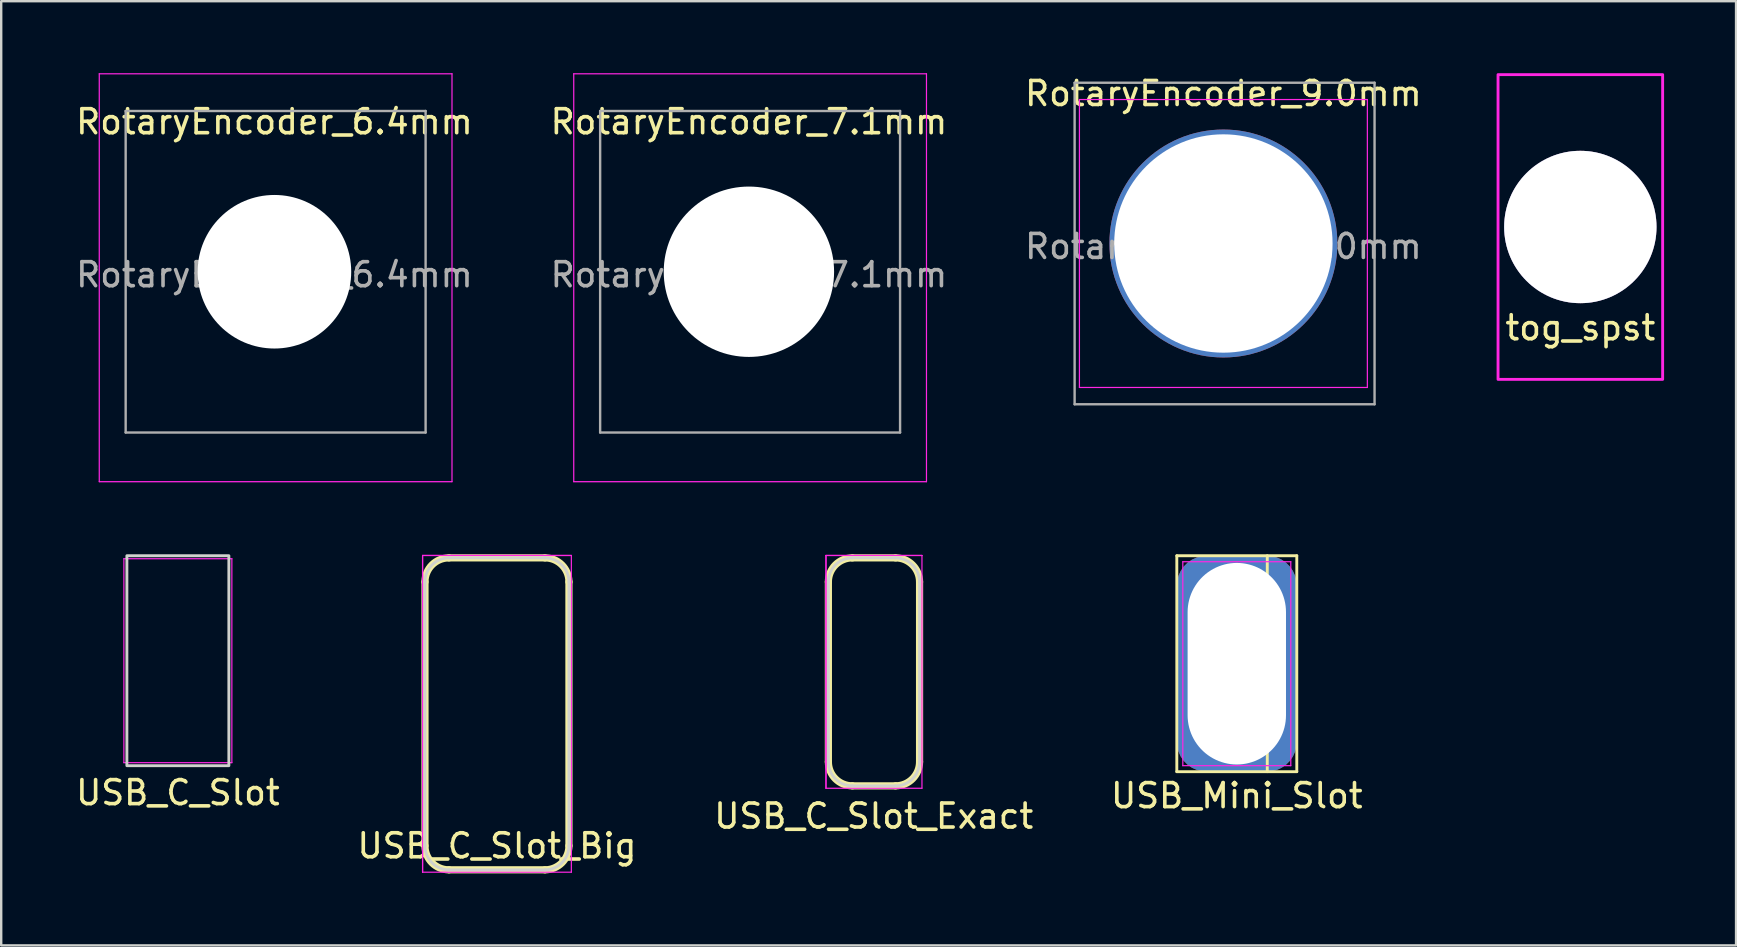
<source format=kicad_pcb>
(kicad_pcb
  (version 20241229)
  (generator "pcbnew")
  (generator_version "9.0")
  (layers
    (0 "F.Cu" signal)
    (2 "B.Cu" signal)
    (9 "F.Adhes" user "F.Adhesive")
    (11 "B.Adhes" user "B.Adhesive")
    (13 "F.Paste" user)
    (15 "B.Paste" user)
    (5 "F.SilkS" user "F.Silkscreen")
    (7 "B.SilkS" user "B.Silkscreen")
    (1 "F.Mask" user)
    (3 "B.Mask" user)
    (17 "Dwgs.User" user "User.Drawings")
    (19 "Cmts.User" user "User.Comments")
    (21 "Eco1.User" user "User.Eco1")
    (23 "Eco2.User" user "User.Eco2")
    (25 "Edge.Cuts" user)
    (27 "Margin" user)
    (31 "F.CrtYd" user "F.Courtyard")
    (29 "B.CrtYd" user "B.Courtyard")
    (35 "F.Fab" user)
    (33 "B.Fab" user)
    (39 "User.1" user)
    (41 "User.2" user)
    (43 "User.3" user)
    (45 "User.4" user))
  (footprint "RotaryEncoder_6.4mm"
    (layer "F.Cu")
    (at 2.737 8.275)
    (property "Reference" "RotaryEncoder_6.4mm" (at 5.65 -6.25 0) (layer "F.SilkS") (effects (font (size 1 1) (thickness 0.15))))
    (attr exclude_from_pos_files exclude_from_bom)
    (fp_line (start -1.65 -8.25) (end 13.05 -8.25) (stroke (width 0.05) (type solid)) (layer "F.CrtYd"))
    (fp_line (start -1.65 8.75) (end -1.65 -8.25) (stroke (width 0.05) (type solid)) (layer "F.CrtYd"))
    (fp_line (start 13.05 -8.25) (end 13.05 8.75) (stroke (width 0.05) (type solid)) (layer "F.CrtYd"))
    (fp_line (start 13.05 8.75) (end -1.65 8.75) (stroke (width 0.05) (type solid)) (layer "F.CrtYd"))
    (fp_line (start -0.55 -6.7) (end -0.55 6.7) (stroke (width 0.1) (type solid)) (layer "F.Fab"))
    (fp_line (start -0.55 -6.7) (end 11.95 -6.7) (stroke (width 0.1) (type solid)) (layer "F.Fab"))
    (fp_line (start -0.55 6.7) (end 11.95 6.7) (stroke (width 0.1) (type solid)) (layer "F.Fab"))
    (fp_line (start 11.95 -6.7) (end 11.95 6.7) (stroke (width 0.1) (type solid)) (layer "F.Fab"))
    (fp_text user "${REFERENCE}" (at 5.65 0.125 0) (layer "F.Fab") (effects (font (size 1 1) (thickness 0.15))))
    (pad "" np_thru_hole circle (at 5.65 0) (size 6.4 6.4) (drill 6.4) (layers "*.Cu" "*.Mask")))
  (footprint "RotaryEncoder_7.1mm"
    (layer "F.Cu")
    (at 22.511 8.275)
    (property "Reference" "RotaryEncoder_7.1mm" (at 5.65 -6.25 0) (layer "F.SilkS") (effects (font (size 1 1) (thickness 0.15))))
    (attr exclude_from_pos_files exclude_from_bom)
    (fp_line (start -1.65 -8.25) (end 13.05 -8.25) (stroke (width 0.05) (type solid)) (layer "F.CrtYd"))
    (fp_line (start -1.65 8.75) (end -1.65 -8.25) (stroke (width 0.05) (type solid)) (layer "F.CrtYd"))
    (fp_line (start 13.05 -8.25) (end 13.05 8.75) (stroke (width 0.05) (type solid)) (layer "F.CrtYd"))
    (fp_line (start 13.05 8.75) (end -1.65 8.75) (stroke (width 0.05) (type solid)) (layer "F.CrtYd"))
    (fp_line (start -0.55 -6.7) (end -0.55 6.7) (stroke (width 0.1) (type solid)) (layer "F.Fab"))
    (fp_line (start -0.55 -6.7) (end 11.95 -6.7) (stroke (width 0.1) (type solid)) (layer "F.Fab"))
    (fp_line (start -0.55 6.7) (end 11.95 6.7) (stroke (width 0.1) (type solid)) (layer "F.Fab"))
    (fp_line (start 11.95 -6.7) (end 11.95 6.7) (stroke (width 0.1) (type solid)) (layer "F.Fab"))
    (fp_text user "${REFERENCE}" (at 5.65 0.125 0) (layer "F.Fab") (effects (font (size 1 1) (thickness 0.15))))
    (pad "" np_thru_hole circle (at 5.65 0) (size 7.1 7.1) (drill 7.1) (layers "*.Cu" "*.Mask")))
  (footprint "RotaryEncoder_9.0mm"
    (layer "F.Cu")
    (at 47.935 7.098)
    (property "Reference" "RotaryEncoder_9.0mm" (at 0 -6.25 0) (layer "F.SilkS") (effects (font (size 1 1) (thickness 0.15))))
    (attr exclude_from_pos_files exclude_from_bom)
    (fp_line (start -6 -6) (end 6 -6) (stroke (width 0.05) (type solid)) (layer "F.CrtYd"))
    (fp_line (start -6 6) (end -6 -6) (stroke (width 0.05) (type solid)) (layer "F.CrtYd"))
    (fp_line (start 6 -6) (end 6 6) (stroke (width 0.05) (type solid)) (layer "F.CrtYd"))
    (fp_line (start 6 6) (end -6 6) (stroke (width 0.05) (type solid)) (layer "F.CrtYd"))
    (fp_line (start -6.2 -6.7) (end -6.2 6.7) (stroke (width 0.1) (type solid)) (layer "F.Fab"))
    (fp_line (start -6.2 -6.7) (end 6.3 -6.7) (stroke (width 0.1) (type solid)) (layer "F.Fab"))
    (fp_line (start -6.2 6.7) (end 6.3 6.7) (stroke (width 0.1) (type solid)) (layer "F.Fab"))
    (fp_line (start 6.3 -6.7) (end 6.3 6.7) (stroke (width 0.1) (type solid)) (layer "F.Fab"))
    (fp_text user "${REFERENCE}" (at 0 0.125 0) (layer "F.Fab") (effects (font (size 1 1) (thickness 0.15))))
    (pad "" np_thru_hole circle (at 0 0) (size 9.5 9.5) (drill 9.1) (layers "*.Cu" "*.Mask")))
  (footprint "USB_C_Slot"
    (layer "F.Cu")
    (at 4.363 24.485)
    (property "Reference" "USB_C_Slot" (at 0 5.5 0) (layer "F.SilkS") (effects (font (size 1 1) (thickness 0.15))))
    (attr through_hole)
    (fp_rect (start -2.125 -4.375) (end 2.125 4.375) (stroke (width 0.12) (type default)) (fill no) (layer "Edge.Cuts"))
    (fp_line (start -2.25 -4.25) (end 2.25 -4.25) (stroke (width 0.05) (type solid)) (layer "F.CrtYd"))
    (fp_line (start -2.25 4.25) (end -2.25 -4.25) (stroke (width 0.05) (type solid)) (layer "F.CrtYd"))
    (fp_line (start 2.25 -4.25) (end 2.25 4.25) (stroke (width 0.05) (type solid)) (layer "F.CrtYd"))
    (fp_line (start 2.25 4.25) (end -2.25 4.25) (stroke (width 0.05) (type solid)) (layer "F.CrtYd")))
  (footprint "USB_C_Slot_Big"
    (layer "F.Cu")
    (at 17.661 26.7)
    (property "Reference" "USB_C_Slot_Big" (at 0 5.5 0) (layer "F.SilkS") (effects (font (size 1 1) (thickness 0.15))))
    (attr through_hole)
    (fp_line (start -3 -5.5) (end -3 5.5) (stroke (width 0.3) (type default)) (layer "F.SilkS"))
    (fp_line (start -2 6.5) (end 2 6.5) (stroke (width 0.3) (type default)) (layer "F.SilkS"))
    (fp_line (start 2 -6.5) (end -2 -6.5) (stroke (width 0.3) (type default)) (layer "F.SilkS"))
    (fp_line (start 3 5.5) (end 3 -5.5) (stroke (width 0.3) (type default)) (layer "F.SilkS"))
    (fp_arc (start -3 -5.5) (mid -2.707106 -6.207106) (end -2 -6.5) (stroke (width 0.3) (type default)) (layer "F.SilkS"))
    (fp_arc (start -2 6.5) (mid -2.707106 6.207106) (end -3 5.5) (stroke (width 0.3) (type default)) (layer "F.SilkS"))
    (fp_arc (start 2 -6.5) (mid 2.707106 -6.207106) (end 3 -5.5) (stroke (width 0.3) (type default)) (layer "F.SilkS"))
    (fp_arc (start 3 5.5) (mid 2.707106 6.207106) (end 2 6.5) (stroke (width 0.3) (type default)) (layer "F.SilkS"))
    (fp_line (start -3 -5.5) (end -3 5.5) (stroke (width 0.12) (type default)) (layer "Edge.Cuts"))
    (fp_line (start -2 6.5) (end 2 6.5) (stroke (width 0.12) (type default)) (layer "Edge.Cuts"))
    (fp_line (start 2 -6.5) (end -2 -6.5) (stroke (width 0.12) (type default)) (layer "Edge.Cuts"))
    (fp_line (start 3 5.5) (end 3 -5.5) (stroke (width 0.12) (type default)) (layer "Edge.Cuts"))
    (fp_arc (start -3 -5.5) (mid -2.707106 -6.207106) (end -2 -6.5) (stroke (width 0.12) (type default)) (layer "Edge.Cuts"))
    (fp_arc (start -2 6.5) (mid -2.707106 6.207106) (end -3 5.5) (stroke (width 0.12) (type default)) (layer "Edge.Cuts"))
    (fp_arc (start 2 -6.5) (mid 2.707106 -6.207106) (end 3 -5.5) (stroke (width 0.12) (type default)) (layer "Edge.Cuts"))
    (fp_arc (start 3 5.5) (mid 2.707106 6.207106) (end 2 6.5) (stroke (width 0.12) (type default)) (layer "Edge.Cuts"))
    (fp_line (start -3.1 -6.6) (end 3.1 -6.6) (stroke (width 0.05) (type solid)) (layer "F.CrtYd"))
    (fp_line (start -3.1 -6.6) (end 3.1 -6.6) (stroke (width 0.05) (type solid)) (layer "F.CrtYd"))
    (fp_line (start -3.1 6.6) (end -3.1 -6.6) (stroke (width 0.05) (type solid)) (layer "F.CrtYd"))
    (fp_line (start -3.1 6.6) (end -3.1 -6.6) (stroke (width 0.05) (type solid)) (layer "F.CrtYd"))
    (fp_line (start 3.1 -6.6) (end 3.1 6.6) (stroke (width 0.05) (type solid)) (layer "F.CrtYd"))
    (fp_line (start 3.1 6.6) (end -3.1 6.6) (stroke (width 0.05) (type solid)) (layer "F.CrtYd")))
  (footprint "tog_spst"
    (layer "F.Cu")
    (at 62.811 11.11)
    (property "Reference" "tog_spst" (at 0 -0.5 0) (unlocked yes) (layer "F.SilkS") (effects (font (size 1 1) (thickness 0.15))))
    (attr through_hole)
    (fp_rect (start -3.43 -11.05) (end 3.43 1.65) (stroke (width 0.12) (type solid)) (fill no) (layer "F.CrtYd"))
    (pad "1" thru_hole circle (at 0 -4.7) (size 6.35 6.35) (drill 6.35) (layers "*.Cu" "*.Mask")))
  (footprint "USB_Mini_Slot"
    (layer "F.Cu")
    (at 48.494 24.61)
    (property "Reference" "USB_Mini_Slot" (at 0 5.5 0) (layer "F.SilkS") (effects (font (size 1 1) (thickness 0.15))))
    (attr through_hole)
    (fp_line (start -2.5 -4.5) (end 2.5 -4.5) (stroke (width 0.12) (type solid)) (layer "F.SilkS"))
    (fp_line (start -2.5 4.5) (end -2.5 -4.5) (stroke (width 0.12) (type solid)) (layer "F.SilkS"))
    (fp_line (start 1.27 -4.5) (end 1.27 4.5) (stroke (width 0.12) (type solid)) (layer "F.SilkS"))
    (fp_line (start 2.5 -4.5) (end 2.5 4.5) (stroke (width 0.12) (type solid)) (layer "F.SilkS"))
    (fp_line (start 2.5 4.5) (end -2.5 4.5) (stroke (width 0.12) (type solid)) (layer "F.SilkS"))
    (fp_line (start -2.25 -4.25) (end 2.25 -4.25) (stroke (width 0.05) (type solid)) (layer "F.CrtYd"))
    (fp_line (start -2.25 4.25) (end -2.25 -4.25) (stroke (width 0.05) (type solid)) (layer "F.CrtYd"))
    (fp_line (start 2.25 -4.25) (end 2.25 4.25) (stroke (width 0.05) (type solid)) (layer "F.CrtYd"))
    (fp_line (start 2.25 4.25) (end -2.25 4.25) (stroke (width 0.05) (type solid)) (layer "F.CrtYd"))
    (pad "1" thru_hole roundrect (at 0 0) (size 5 9) (drill oval 4.1 8.4) (layers "B.Cu" "B.Mask") (roundrect_rratio 0.25)))
  (footprint "USB_C_Slot_Exact"
    (layer "F.Cu")
    (at 33.373 24.95)
    (property "Reference" "USB_C_Slot_Exact" (at -0.01 6.01 0) (layer "F.SilkS") (effects (font (size 1 1) (thickness 0.15))))
    (attr through_hole)
    (fp_line (start -1.9 -3.75) (end -1.9 3.75) (stroke (width 0.3) (type default)) (layer "F.SilkS"))
    (fp_line (start -0.9 4.75) (end 0.9 4.75) (stroke (width 0.3) (type default)) (layer "F.SilkS"))
    (fp_line (start 0.9 -4.75) (end -0.9 -4.75) (stroke (width 0.3) (type default)) (layer "F.SilkS"))
    (fp_line (start 1.9 3.75) (end 1.9 -3.75) (stroke (width 0.3) (type default)) (layer "F.SilkS"))
    (fp_arc (start -1.9 -3.75) (mid -1.607106 -4.457106) (end -0.9 -4.75) (stroke (width 0.3) (type default)) (layer "F.SilkS"))
    (fp_arc (start -0.9 4.75) (mid -1.607106 4.457106) (end -1.9 3.75) (stroke (width 0.3) (type default)) (layer "F.SilkS"))
    (fp_arc (start 0.9 -4.75) (mid 1.607107 -4.457107) (end 1.9 -3.75) (stroke (width 0.3) (type default)) (layer "F.SilkS"))
    (fp_arc (start 1.9 3.75) (mid 1.607107 4.457107) (end 0.9 4.75) (stroke (width 0.3) (type default)) (layer "F.SilkS"))
    (fp_line (start -1.9 -3.75) (end -1.9 3.75) (stroke (width 0.12) (type default)) (layer "Edge.Cuts"))
    (fp_line (start -0.9 4.75) (end 0.9 4.75) (stroke (width 0.12) (type default)) (layer "Edge.Cuts"))
    (fp_line (start 0.9 -4.75) (end -0.9 -4.75) (stroke (width 0.12) (type default)) (layer "Edge.Cuts"))
    (fp_line (start 1.9 3.75) (end 1.9 -3.75) (stroke (width 0.12) (type default)) (layer "Edge.Cuts"))
    (fp_arc (start -1.9 -3.75) (mid -1.607106 -4.457106) (end -0.9 -4.75) (stroke (width 0.12) (type default)) (layer "Edge.Cuts"))
    (fp_arc (start -0.9 4.75) (mid -1.607106 4.457106) (end -1.9 3.75) (stroke (width 0.12) (type default)) (layer "Edge.Cuts"))
    (fp_arc (start 0.9 -4.75) (mid 1.607107 -4.457107) (end 1.9 -3.75) (stroke (width 0.12) (type default)) (layer "Edge.Cuts"))
    (fp_arc (start 1.9 3.75) (mid 1.607107 4.457107) (end 0.9 4.75) (stroke (width 0.12) (type default)) (layer "Edge.Cuts"))
    (fp_line (start -2 -4.85) (end 2 -4.85) (stroke (width 0.05) (type solid)) (layer "F.CrtYd"))
    (fp_line (start -2 -4.85) (end 2 -4.85) (stroke (width 0.05) (type solid)) (layer "F.CrtYd"))
    (fp_line (start -2 4.85) (end -2 -4.85) (stroke (width 0.05) (type solid)) (layer "F.CrtYd"))
    (fp_line (start -2 4.85) (end -2 -4.85) (stroke (width 0.05) (type solid)) (layer "F.CrtYd"))
    (fp_line (start 2 -4.85) (end 2 4.85) (stroke (width 0.05) (type solid)) (layer "F.CrtYd"))
    (fp_line (start 2 4.85) (end -2 4.85) (stroke (width 0.05) (type solid)) (layer "F.CrtYd")))
  (gr_rect
    (start -3 -3)
    (end 69.301 36.35)
    (stroke (width 0.1) (type default))
    (fill no)
    (layer "Edge.Cuts")))
</source>
